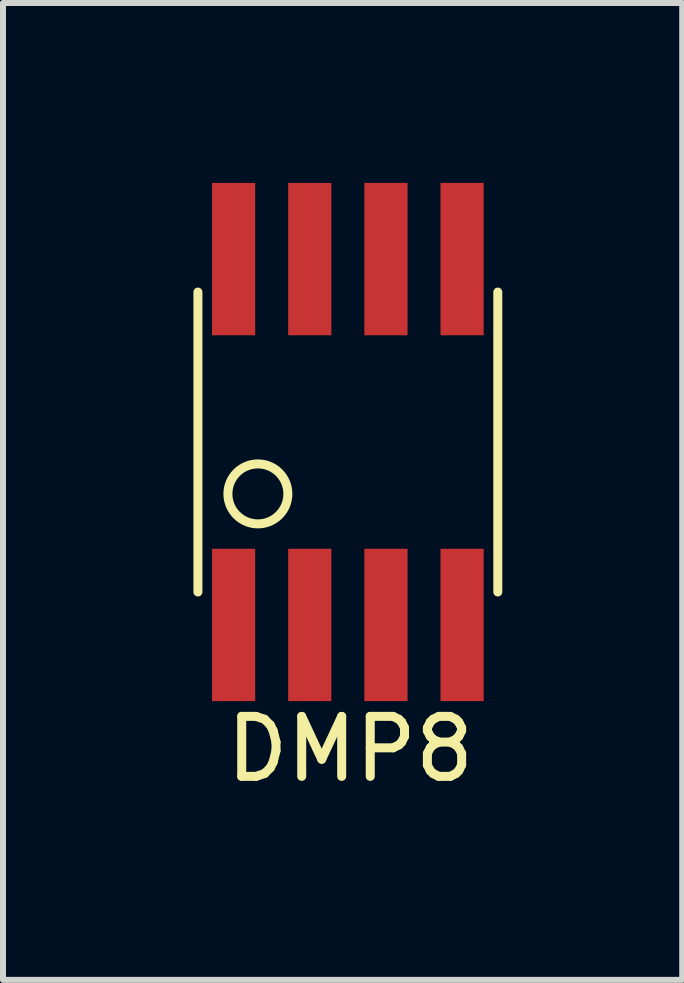
<source format=kicad_pcb>
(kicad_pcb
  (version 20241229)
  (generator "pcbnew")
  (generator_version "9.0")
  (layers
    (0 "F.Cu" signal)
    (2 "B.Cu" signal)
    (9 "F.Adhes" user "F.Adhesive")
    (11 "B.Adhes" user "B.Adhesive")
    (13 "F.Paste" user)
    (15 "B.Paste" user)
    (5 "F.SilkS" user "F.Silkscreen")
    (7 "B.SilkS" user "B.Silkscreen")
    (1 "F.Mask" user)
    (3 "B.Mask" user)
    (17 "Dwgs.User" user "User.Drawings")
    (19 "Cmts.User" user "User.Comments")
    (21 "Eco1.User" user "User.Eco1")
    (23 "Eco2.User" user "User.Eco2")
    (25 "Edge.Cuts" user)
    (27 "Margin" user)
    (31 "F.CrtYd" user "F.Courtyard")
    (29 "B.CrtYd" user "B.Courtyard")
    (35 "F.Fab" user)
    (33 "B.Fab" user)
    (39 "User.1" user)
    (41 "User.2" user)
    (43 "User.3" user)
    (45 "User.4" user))
  (footprint "DMP8"
    (layer "F.Cu")
    (at 0.25 1.82)
    (property "Reference" "DMP8" (at 2.54 7.62 0) (layer "F.SilkS") (effects (font (size 1 1) (thickness 0.15))))
    (attr through_hole)
    (fp_line (start 0 5) (end 0 0) (stroke (width 0.15) (type solid)) (layer "F.SilkS"))
    (fp_line (start 5 0) (end 5 5) (stroke (width 0.15) (type solid)) (layer "F.SilkS"))
    (fp_circle (center 1 3.365) (end 1.5 3.365) (stroke (width 0.15) (type solid)) (fill no) (layer "F.SilkS"))
    (pad "1" smd rect (at 0.595 5.55) (size 0.72 2.54) (layers "F.Cu" "F.Mask" "F.Paste"))
    (pad "2" smd rect (at 1.865 5.55) (size 0.72 2.54) (layers "F.Cu" "F.Mask" "F.Paste"))
    (pad "3" smd rect (at 3.135 5.55) (size 0.72 2.54) (layers "F.Cu" "F.Mask" "F.Paste"))
    (pad "4" smd rect (at 4.405 5.55) (size 0.72 2.54) (layers "F.Cu" "F.Mask" "F.Paste"))
    (pad "5" smd rect (at 4.405 -0.55) (size 0.72 2.54) (layers "F.Cu" "F.Mask" "F.Paste"))
    (pad "6" smd rect (at 3.135 -0.55) (size 0.72 2.54) (layers "F.Cu" "F.Mask" "F.Paste"))
    (pad "7" smd rect (at 1.865 -0.55) (size 0.72 2.54) (layers "F.Cu" "F.Mask" "F.Paste"))
    (pad "8" smd rect (at 0.595 -0.55) (size 0.72 2.54) (layers "F.Cu" "F.Mask" "F.Paste")))
  (gr_rect
    (start -3 -3)
    (end 8.325 13.288)
    (stroke (width 0.1) (type default))
    (fill no)
    (layer "Edge.Cuts")))
</source>
